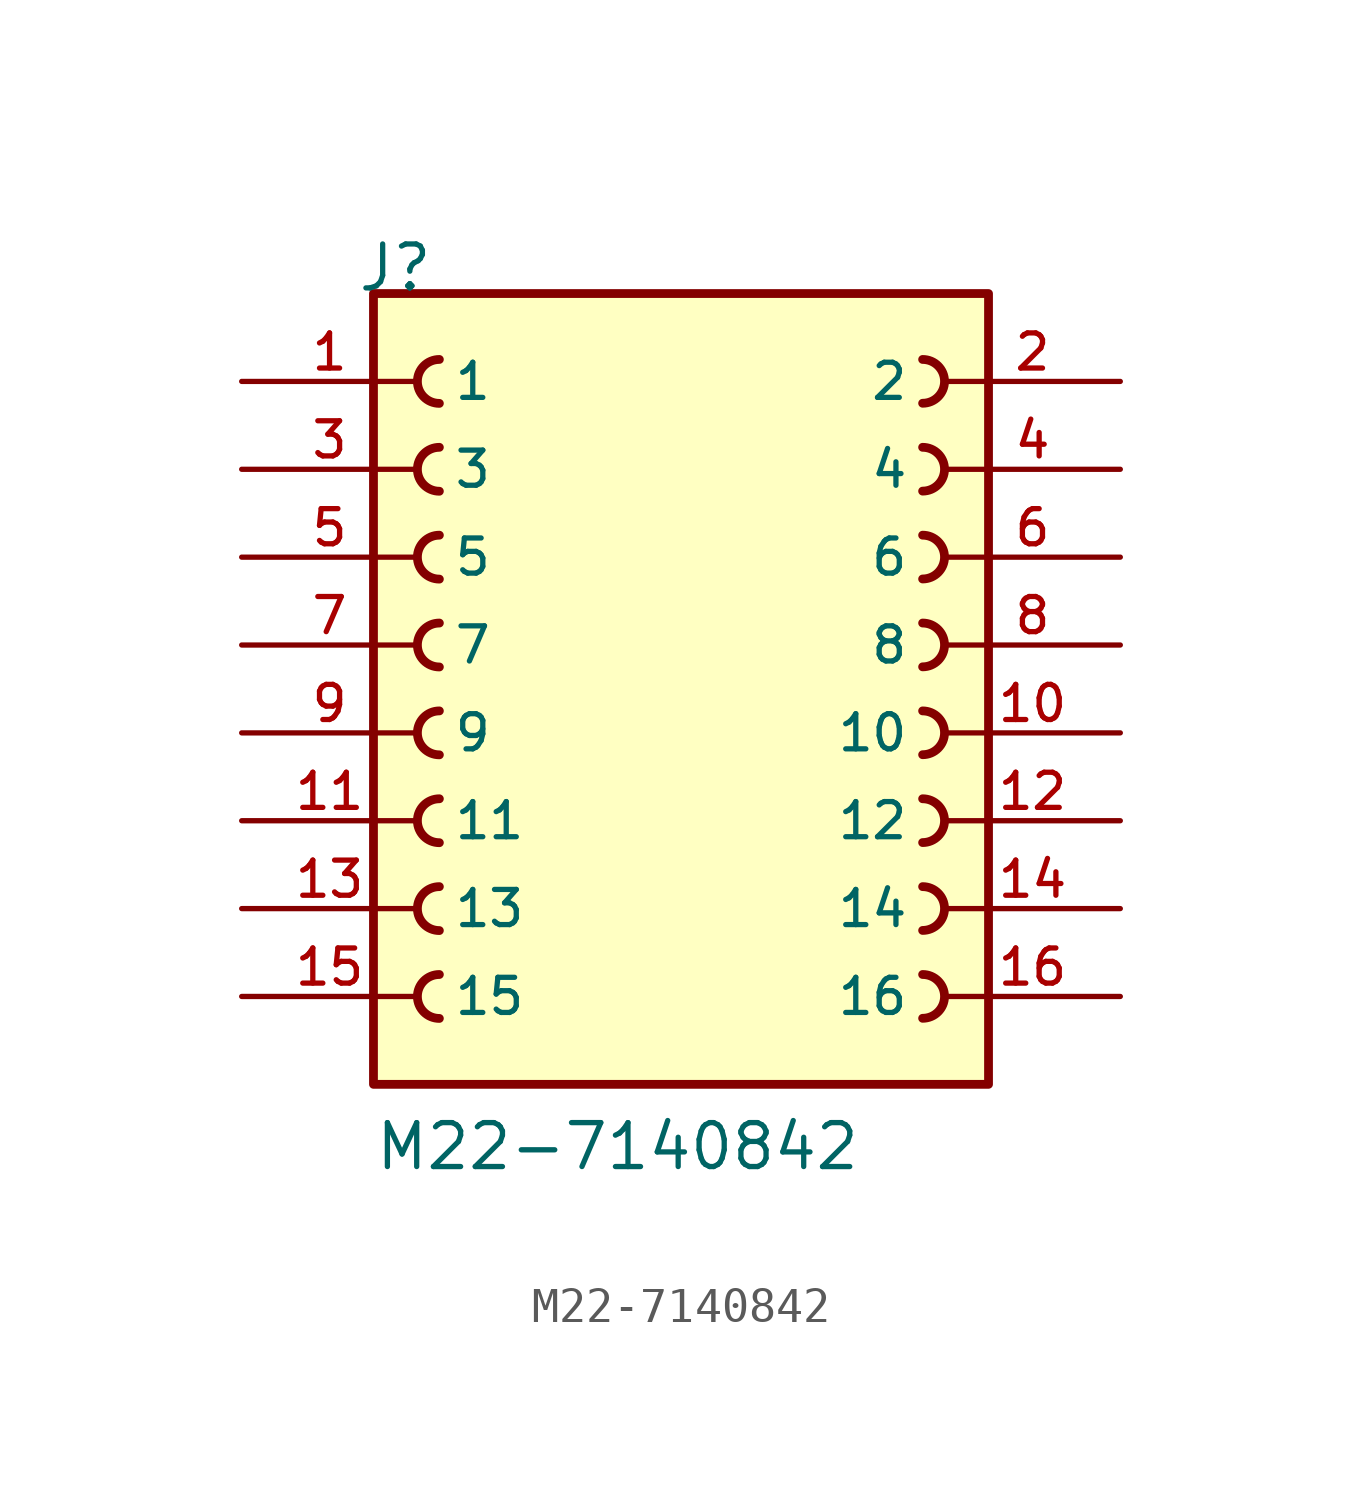
<source format=kicad_sym>
(kicad_symbol_lib
  (version 20211014)
  (generator kicad_symbol_editor)
  (symbol "M22-7140842"
    (pin_names
      (offset 1.016))
    (property "Reference" "J"
      (at -9.39 12.7 0)
      (effects (font (size 1.27 1.27)) (justify bottom left)))
    (property "Value" "M22-7140842"
      (at -8.89 -12.7 0)
      (effects (font (size 1.27 1.27)) (justify bottom left)))
    (symbol "M22-7140842_0_0"
      (arc (start -6.985 10.795) (mid -7.62 10.16) (end -6.985 9.525) (stroke (width 0.254) (type default) (color 0 0 0 0)) (fill (type none)))
      (arc (start 6.985 9.525) (mid 7.62 10.16) (end 6.985 10.795) (stroke (width 0.254) (type default) (color 0 0 0 0)) (fill (type none)))
      (arc (start -6.985 8.255) (mid -7.62 7.62) (end -6.985 6.985) (stroke (width 0.254) (type default) (color 0 0 0 0)) (fill (type none)))
      (arc (start 6.985 6.985) (mid 7.62 7.62) (end 6.985 8.255) (stroke (width 0.254) (type default) (color 0 0 0 0)) (fill (type none)))
      (arc (start -6.985 5.715) (mid -7.62 5.08) (end -6.985 4.445) (stroke (width 0.254) (type default) (color 0 0 0 0)) (fill (type none)))
      (arc (start 6.985 4.445) (mid 7.62 5.08) (end 6.985 5.715) (stroke (width 0.254) (type default) (color 0 0 0 0)) (fill (type none)))
      (arc (start -6.985 3.175) (mid -7.62 2.54) (end -6.985 1.905) (stroke (width 0.254) (type default) (color 0 0 0 0)) (fill (type none)))
      (arc (start 6.985 1.905) (mid 7.62 2.54) (end 6.985 3.175) (stroke (width 0.254) (type default) (color 0 0 0 0)) (fill (type none)))
      (arc (start -6.985 0.635) (mid -7.62 -0.0) (end -6.985 -0.635) (stroke (width 0.254) (type default) (color 0 0 0 0)) (fill (type none)))
      (arc (start 6.985 -0.635) (mid 7.62 0.0) (end 6.985 0.635) (stroke (width 0.254) (type default) (color 0 0 0 0)) (fill (type none)))
      (arc (start -6.985 -1.905) (mid -7.62 -2.54) (end -6.985 -3.175) (stroke (width 0.254) (type default) (color 0 0 0 0)) (fill (type none)))
      (arc (start 6.985 -3.175) (mid 7.62 -2.54) (end 6.985 -1.905) (stroke (width 0.254) (type default) (color 0 0 0 0)) (fill (type none)))
      (arc (start -6.985 -4.445) (mid -7.62 -5.08) (end -6.985 -5.715) (stroke (width 0.254) (type default) (color 0 0 0 0)) (fill (type none)))
      (arc (start 6.985 -5.715) (mid 7.62 -5.08) (end 6.985 -4.445) (stroke (width 0.254) (type default) (color 0 0 0 0)) (fill (type none)))
      (arc (start -6.985 -6.985) (mid -7.62 -7.62) (end -6.985 -8.255) (stroke (width 0.254) (type default) (color 0 0 0 0)) (fill (type none)))
      (arc (start 6.985 -8.255) (mid 7.62 -7.62) (end 6.985 -6.985) (stroke (width 0.254) (type default) (color 0 0 0 0)) (fill (type none)))
      (rectangle (start -8.89 -10.16) (end 8.89 12.7) (stroke (width 0.254)) (fill (type background)))
      (pin passive line (at -12.7 10.16 0) (length 5.08) (name "1" (effects (font (size 1.016 1.016)))) (number "1" (effects (font (size 1.016 1.016)))))
      (pin passive line (at 12.7 10.16 180.0) (length 5.08) (name "2" (effects (font (size 1.016 1.016)))) (number "2" (effects (font (size 1.016 1.016)))))
      (pin passive line (at -12.7 7.62 0) (length 5.08) (name "3" (effects (font (size 1.016 1.016)))) (number "3" (effects (font (size 1.016 1.016)))))
      (pin passive line (at 12.7 7.62 180.0) (length 5.08) (name "4" (effects (font (size 1.016 1.016)))) (number "4" (effects (font (size 1.016 1.016)))))
      (pin passive line (at -12.7 5.08 0) (length 5.08) (name "5" (effects (font (size 1.016 1.016)))) (number "5" (effects (font (size 1.016 1.016)))))
      (pin passive line (at 12.7 5.08 180.0) (length 5.08) (name "6" (effects (font (size 1.016 1.016)))) (number "6" (effects (font (size 1.016 1.016)))))
      (pin passive line (at -12.7 2.54 0) (length 5.08) (name "7" (effects (font (size 1.016 1.016)))) (number "7" (effects (font (size 1.016 1.016)))))
      (pin passive line (at 12.7 2.54 180.0) (length 5.08) (name "8" (effects (font (size 1.016 1.016)))) (number "8" (effects (font (size 1.016 1.016)))))
      (pin passive line (at -12.7 0.0 0) (length 5.08) (name "9" (effects (font (size 1.016 1.016)))) (number "9" (effects (font (size 1.016 1.016)))))
      (pin passive line (at 12.7 0.0 180.0) (length 5.08) (name "10" (effects (font (size 1.016 1.016)))) (number "10" (effects (font (size 1.016 1.016)))))
      (pin passive line (at -12.7 -2.54 0) (length 5.08) (name "11" (effects (font (size 1.016 1.016)))) (number "11" (effects (font (size 1.016 1.016)))))
      (pin passive line (at 12.7 -2.54 180.0) (length 5.08) (name "12" (effects (font (size 1.016 1.016)))) (number "12" (effects (font (size 1.016 1.016)))))
      (pin passive line (at -12.7 -5.08 0) (length 5.08) (name "13" (effects (font (size 1.016 1.016)))) (number "13" (effects (font (size 1.016 1.016)))))
      (pin passive line (at 12.7 -5.08 180.0) (length 5.08) (name "14" (effects (font (size 1.016 1.016)))) (number "14" (effects (font (size 1.016 1.016)))))
      (pin passive line (at -12.7 -7.62 0) (length 5.08) (name "15" (effects (font (size 1.016 1.016)))) (number "15" (effects (font (size 1.016 1.016)))))
      (pin passive line (at 12.7 -7.62 180.0) (length 5.08) (name "16" (effects (font (size 1.016 1.016)))) (number "16" (effects (font (size 1.016 1.016))))))))
</source>
